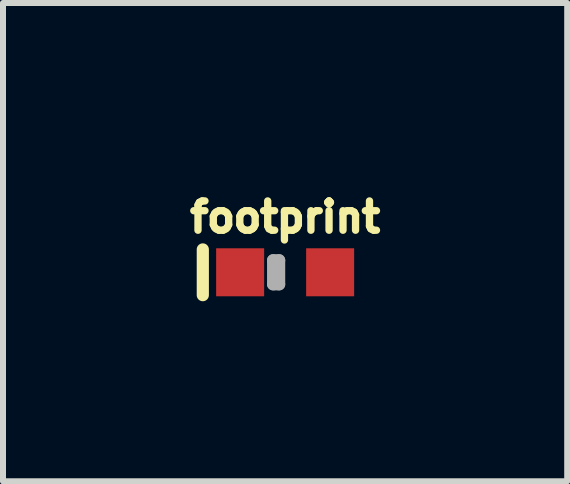
<source format=kicad_pcb>
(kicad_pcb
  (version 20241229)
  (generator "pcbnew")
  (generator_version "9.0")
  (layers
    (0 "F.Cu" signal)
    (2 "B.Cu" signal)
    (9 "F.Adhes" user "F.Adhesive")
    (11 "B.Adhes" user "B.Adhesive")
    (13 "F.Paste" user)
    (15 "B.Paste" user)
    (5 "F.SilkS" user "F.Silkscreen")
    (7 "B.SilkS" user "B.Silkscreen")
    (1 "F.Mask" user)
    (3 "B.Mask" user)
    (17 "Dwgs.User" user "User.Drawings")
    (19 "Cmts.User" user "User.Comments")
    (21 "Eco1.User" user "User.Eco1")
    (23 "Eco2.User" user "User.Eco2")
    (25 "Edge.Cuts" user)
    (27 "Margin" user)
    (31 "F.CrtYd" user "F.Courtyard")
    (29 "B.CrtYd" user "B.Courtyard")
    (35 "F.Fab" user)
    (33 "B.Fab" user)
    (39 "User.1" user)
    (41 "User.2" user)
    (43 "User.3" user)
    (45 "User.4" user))
  (footprint "footprint"
    (layer "F.Cu")
    (at 1.702 1.488)
    (property "Reference" "footprint" (at 0 -0.635 0) (layer "F.SilkS") (effects (font (size 0.488 0.488) (thickness 0.122)) (justify bottom)))
    (fp_line (start -1.372 -0.381) (end -1.372 0.381) (stroke (width 0.203) (type solid)) (layer "F.SilkS"))
    (fp_line (start -0.2 -0.2) (end -0.2 0.2) (stroke (width 0.203) (type solid)) (layer "F.Fab"))
    (fp_line (start -0.1 -0.2) (end -0.2 -0.2) (stroke (width 0.203) (type solid)) (layer "F.Fab"))
    (fp_line (start -0.1 -0.2) (end -0.1 0.2) (stroke (width 0.203) (type solid)) (layer "F.Fab"))
    (fp_line (start -0.1 0.2) (end -0.2 0.2) (stroke (width 0.203) (type solid)) (layer "F.Fab"))
    (pad "C" smd rect (at -0.75 0) (size 0.8 0.8) (layers "F.Cu" "F.Mask" "F.Paste"))
    (pad "E" smd rect (at 0.75 0) (size 0.8 0.8) (layers "F.Cu" "F.Mask" "F.Paste")))
  (gr_rect
    (start -3 -3)
    (end 6.403 4.971)
    (stroke (width 0.1) (type default))
    (fill no)
    (layer "Edge.Cuts")))
</source>
